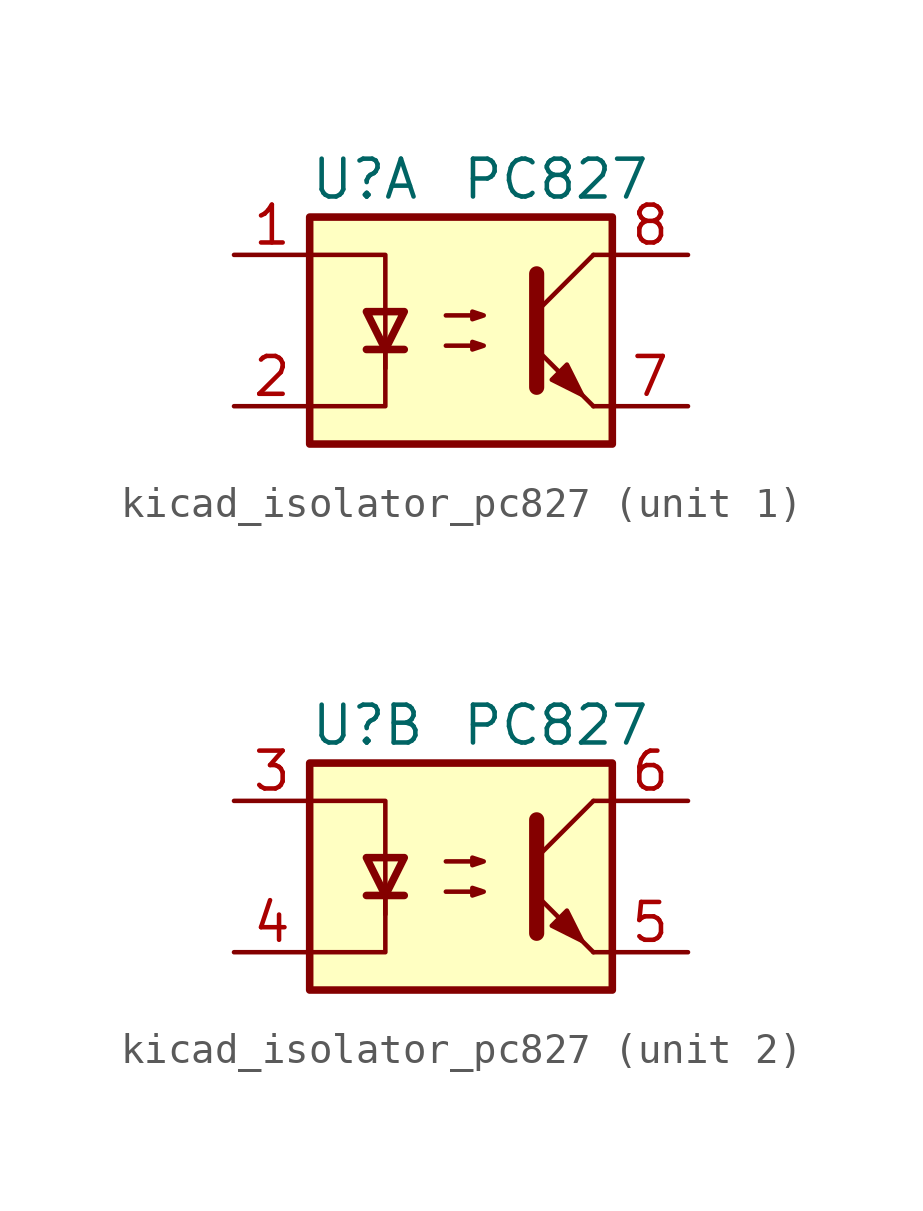
<source format=kicad_sym>
(kicad_symbol_lib
  (version 20220914)
  (generator kicad_symbol_editor)
  (symbol "kicad_isolator_pc827"
    (pin_names
      (offset 1.016))
    (property "Reference" "U"
      (at -5.08 5.08 0)
      (effects (font (size 1.27 1.27)) (justify left)))
    (property "Value" "PC827"
      (at 0 5.08 0)
      (effects (font (size 1.27 1.27)) (justify left)))
    (symbol "kicad_isolator_pc827_0_1"
      (rectangle (start -5.08 3.81) (end 5.08 -3.81) (stroke (width 0.254) (type default)) (fill (type background)))
      (polyline (pts (xy -3.175 -0.635) (xy -1.905 -0.635)) (stroke (width 0.254) (type default)) (fill (type none)))
      (polyline (pts (xy 2.54 0.635) (xy 4.445 2.54)) (stroke (width 0) (type default)) (fill (type none)))
      (polyline (pts (xy 4.445 -2.54) (xy 2.54 -0.635)) (stroke (width 0) (type default)) (fill (type outline)))
      (polyline (pts (xy 4.445 -2.54) (xy 5.08 -2.54)) (stroke (width 0) (type default)) (fill (type none)))
      (polyline (pts (xy 4.445 2.54) (xy 5.08 2.54)) (stroke (width 0) (type default)) (fill (type none)))
      (polyline (pts (xy -2.54 -0.635) (xy -2.54 -2.54) (xy -5.08 -2.54)) (stroke (width 0) (type default)) (fill (type none)))
      (polyline (pts (xy 2.54 1.905) (xy 2.54 -1.905) (xy 2.54 -1.905)) (stroke (width 0.508) (type default)) (fill (type none)))
      (polyline (pts (xy -5.08 2.54) (xy -2.54 2.54) (xy -2.54 -1.27) (xy -2.54 0.635)) (stroke (width 0) (type default)) (fill (type none)))
      (polyline (pts (xy -2.54 -0.635) (xy -3.175 0.635) (xy -1.905 0.635) (xy -2.54 -0.635)) (stroke (width 0.254) (type default)) (fill (type none)))
      (polyline (pts (xy -0.508 -0.508) (xy 0.762 -0.508) (xy 0.381 -0.635) (xy 0.381 -0.381) (xy 0.762 -0.508)) (stroke (width 0) (type default)) (fill (type none)))
      (polyline (pts (xy -0.508 0.508) (xy 0.762 0.508) (xy 0.381 0.381) (xy 0.381 0.635) (xy 0.762 0.508)) (stroke (width 0) (type default)) (fill (type none)))
      (polyline (pts (xy 3.048 -1.651) (xy 3.556 -1.143) (xy 4.064 -2.159) (xy 3.048 -1.651) (xy 3.048 -1.651)) (stroke (width 0) (type default)) (fill (type outline))))
    (symbol "kicad_isolator_pc827_1_1"
      (pin passive line (at -7.62 2.54 0) (length 2.54) (name "~" (effects (font (size 1.27 1.27)))) (number "1" (effects (font (size 1.27 1.27)))))
      (pin passive line (at -7.62 -2.54 0) (length 2.54) (name "~" (effects (font (size 1.27 1.27)))) (number "2" (effects (font (size 1.27 1.27)))))
      (pin passive line (at 7.62 -2.54 180) (length 2.54) (name "~" (effects (font (size 1.27 1.27)))) (number "7" (effects (font (size 1.27 1.27)))))
      (pin passive line (at 7.62 2.54 180) (length 2.54) (name "~" (effects (font (size 1.27 1.27)))) (number "8" (effects (font (size 1.27 1.27))))))
    (symbol "kicad_isolator_pc827_2_1"
      (pin passive line (at -7.62 2.54 0) (length 2.54) (name "~" (effects (font (size 1.27 1.27)))) (number "3" (effects (font (size 1.27 1.27)))))
      (pin passive line (at -7.62 -2.54 0) (length 2.54) (name "~" (effects (font (size 1.27 1.27)))) (number "4" (effects (font (size 1.27 1.27)))))
      (pin passive line (at 7.62 -2.54 180) (length 2.54) (name "~" (effects (font (size 1.27 1.27)))) (number "5" (effects (font (size 1.27 1.27)))))
      (pin passive line (at 7.62 2.54 180) (length 2.54) (name "~" (effects (font (size 1.27 1.27)))) (number "6" (effects (font (size 1.27 1.27))))))))
</source>
